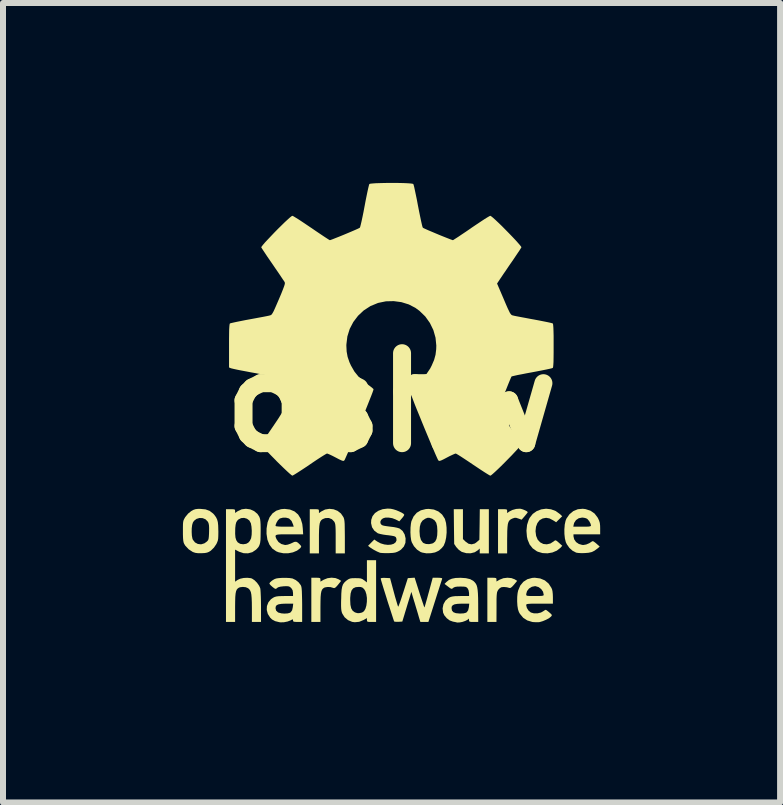
<source format=kicad_pcb>
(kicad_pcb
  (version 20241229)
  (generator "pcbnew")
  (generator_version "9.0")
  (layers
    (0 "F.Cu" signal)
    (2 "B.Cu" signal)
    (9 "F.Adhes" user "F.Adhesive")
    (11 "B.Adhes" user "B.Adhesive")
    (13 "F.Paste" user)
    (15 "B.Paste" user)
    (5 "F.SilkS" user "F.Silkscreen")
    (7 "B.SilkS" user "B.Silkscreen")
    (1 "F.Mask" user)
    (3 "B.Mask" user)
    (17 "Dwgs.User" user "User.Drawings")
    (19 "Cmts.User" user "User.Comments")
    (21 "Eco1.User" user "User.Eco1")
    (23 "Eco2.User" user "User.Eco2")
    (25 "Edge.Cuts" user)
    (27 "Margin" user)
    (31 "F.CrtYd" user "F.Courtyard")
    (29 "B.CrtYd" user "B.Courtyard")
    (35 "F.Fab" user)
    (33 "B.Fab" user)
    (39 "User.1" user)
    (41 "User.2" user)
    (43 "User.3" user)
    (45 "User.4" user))
  (footprint "oshw"
    (layer "F.Cu")
    (at 3.475 3.661)
    (property "Reference" "oshw" (at 0 0 0) (layer "F.SilkS") (effects (font (size 1.5 1.5) (thickness 0.3))))
    (attr board_only exclude_from_pos_files exclude_from_bom)
    (fp_poly (pts (xy 1.194 2.028) (xy 1.194 2.277) (xy 1.238 2.32) (xy 1.287 2.355) (xy 1.339 2.365) (xy 1.392 2.351) (xy 1.426 2.326) (xy 1.468 2.289) (xy 1.472 2.034) (xy 1.475 1.779) (xy 1.551 1.779) (xy 1.626 1.779) (xy 1.626 2.147) (xy 1.626 2.516) (xy 1.55 2.516) (xy 1.474 2.516) (xy 1.474 2.476) (xy 1.474 2.435) (xy 1.445 2.462) (xy 1.391 2.497) (xy 1.324 2.514) (xy 1.252 2.513) (xy 1.181 2.493) (xy 1.171 2.489) (xy 1.123 2.455) (xy 1.083 2.411) (xy 1.082 2.41) (xy 1.048 2.359) (xy 1.044 2.069) (xy 1.041 1.779) (xy 1.117 1.779) (xy 1.194 1.779)) (stroke (width 0) (type solid)) (fill yes) (layer "F.SilkS"))
    (fp_poly (pts (xy 2.002 2.928) (xy 2.056 2.948) (xy 2.098 2.974) (xy 2.045 3.038) (xy 2.011 3.075) (xy 1.987 3.092) (xy 1.971 3.093) (xy 1.927 3.081) (xy 1.876 3.076) (xy 1.836 3.08) (xy 1.808 3.096) (xy 1.781 3.125) (xy 1.779 3.129) (xy 1.77 3.146) (xy 1.763 3.165) (xy 1.759 3.191) (xy 1.756 3.227) (xy 1.754 3.279) (xy 1.754 3.348) (xy 1.754 3.415) (xy 1.753 3.659) (xy 1.677 3.659) (xy 1.601 3.659) (xy 1.601 3.291) (xy 1.601 2.922) (xy 1.677 2.922) (xy 1.72 2.923) (xy 1.742 2.927) (xy 1.752 2.936) (xy 1.753 2.953) (xy 1.753 2.953) (xy 1.753 2.985) (xy 1.807 2.954) (xy 1.868 2.93) (xy 1.936 2.922)) (stroke (width 0) (type solid)) (fill yes) (layer "F.SilkS"))
    (fp_poly (pts (xy -0.93 2.928) (xy -0.879 2.948) (xy -0.837 2.974) (xy -0.875 3.022) (xy -0.91 3.064) (xy -0.934 3.087) (xy -0.953 3.095) (xy -0.971 3.091) (xy -0.977 3.089) (xy -1.015 3.078) (xy -1.062 3.076) (xy -1.105 3.083) (xy -1.119 3.088) (xy -1.139 3.102) (xy -1.155 3.121) (xy -1.166 3.148) (xy -1.174 3.187) (xy -1.179 3.242) (xy -1.181 3.315) (xy -1.182 3.409) (xy -1.182 3.417) (xy -1.182 3.659) (xy -1.258 3.659) (xy -1.334 3.659) (xy -1.334 3.291) (xy -1.334 2.922) (xy -1.258 2.922) (xy -1.216 2.923) (xy -1.193 2.927) (xy -1.184 2.936) (xy -1.182 2.953) (xy -1.182 2.955) (xy -1.182 2.987) (xy -1.127 2.955) (xy -1.065 2.93) (xy -0.997 2.921)) (stroke (width 0) (type solid)) (fill yes) (layer "F.SilkS"))
    (fp_poly (pts (xy 2.159 1.773) (xy 2.194 1.783) (xy 2.23 1.798) (xy 2.26 1.814) (xy 2.274 1.827) (xy 2.274 1.829) (xy 2.267 1.842) (xy 2.247 1.867) (xy 2.224 1.895) (xy 2.173 1.954) (xy 2.119 1.935) (xy 2.082 1.923) (xy 2.055 1.923) (xy 2.024 1.933) (xy 2.017 1.936) (xy 1.99 1.949) (xy 1.969 1.967) (xy 1.954 1.991) (xy 1.943 2.026) (xy 1.937 2.075) (xy 1.933 2.141) (xy 1.932 2.228) (xy 1.931 2.28) (xy 1.931 2.516) (xy 1.855 2.516) (xy 1.779 2.516) (xy 1.779 2.147) (xy 1.779 1.779) (xy 1.855 1.779) (xy 1.897 1.78) (xy 1.92 1.783) (xy 1.93 1.792) (xy 1.931 1.81) (xy 1.931 1.812) (xy 1.931 1.844) (xy 1.966 1.819) (xy 2.019 1.792) (xy 2.081 1.775) (xy 2.141 1.771)) (stroke (width 0) (type solid)) (fill yes) (layer "F.SilkS"))
    (fp_poly (pts (xy 2.663 1.781) (xy 2.741 1.81) (xy 2.81 1.86) (xy 2.813 1.862) (xy 2.849 1.897) (xy 2.798 1.947) (xy 2.748 1.997) (xy 2.698 1.965) (xy 2.637 1.933) (xy 2.581 1.923) (xy 2.523 1.934) (xy 2.472 1.963) (xy 2.435 2.011) (xy 2.412 2.073) (xy 2.404 2.146) (xy 2.414 2.224) (xy 2.44 2.287) (xy 2.482 2.332) (xy 2.534 2.359) (xy 2.593 2.365) (xy 2.653 2.351) (xy 2.712 2.313) (xy 2.713 2.312) (xy 2.728 2.3) (xy 2.742 2.299) (xy 2.761 2.31) (xy 2.791 2.336) (xy 2.794 2.339) (xy 2.85 2.389) (xy 2.82 2.423) (xy 2.76 2.47) (xy 2.686 2.501) (xy 2.604 2.515) (xy 2.52 2.511) (xy 2.442 2.488) (xy 2.425 2.48) (xy 2.357 2.432) (xy 2.306 2.368) (xy 2.272 2.286) (xy 2.261 2.237) (xy 2.253 2.138) (xy 2.263 2.041) (xy 2.291 1.954) (xy 2.306 1.924) (xy 2.358 1.858) (xy 2.424 1.811) (xy 2.5 1.782) (xy 2.581 1.771)) (stroke (width 0) (type solid)) (fill yes) (layer "F.SilkS"))
    (fp_poly (pts (xy -0.962 1.781) (xy -0.896 1.807) (xy -0.84 1.851) (xy -0.8 1.91) (xy -0.799 1.911) (xy -0.791 1.931) (xy -0.785 1.954) (xy -0.781 1.985) (xy -0.778 2.025) (xy -0.777 2.081) (xy -0.776 2.154) (xy -0.775 2.239) (xy -0.775 2.516) (xy -0.851 2.516) (xy -0.928 2.516) (xy -0.928 2.271) (xy -0.928 2.185) (xy -0.929 2.12) (xy -0.931 2.073) (xy -0.934 2.039) (xy -0.939 2.016) (xy -0.946 1.998) (xy -0.952 1.987) (xy -0.99 1.947) (xy -1.041 1.926) (xy -1.097 1.927) (xy -1.113 1.932) (xy -1.143 1.944) (xy -1.165 1.959) (xy -1.182 1.982) (xy -1.194 2.015) (xy -1.201 2.061) (xy -1.205 2.124) (xy -1.207 2.208) (xy -1.207 2.271) (xy -1.207 2.516) (xy -1.283 2.516) (xy -1.36 2.516) (xy -1.36 2.147) (xy -1.36 1.779) (xy -1.283 1.779) (xy -1.241 1.78) (xy -1.218 1.783) (xy -1.209 1.792) (xy -1.207 1.81) (xy -1.207 1.812) (xy -1.207 1.844) (xy -1.171 1.819) (xy -1.105 1.785) (xy -1.033 1.773)) (stroke (width 0) (type solid)) (fill yes) (layer "F.SilkS"))
    (fp_poly (pts (xy 0.709 1.785) (xy 0.785 1.817) (xy 0.846 1.868) (xy 0.89 1.935) (xy 0.894 1.944) (xy 0.912 2.009) (xy 0.921 2.087) (xy 0.922 2.17) (xy 0.914 2.252) (xy 0.898 2.326) (xy 0.875 2.383) (xy 0.87 2.392) (xy 0.839 2.429) (xy 0.799 2.465) (xy 0.785 2.474) (xy 0.729 2.5) (xy 0.659 2.513) (xy 0.585 2.515) (xy 0.517 2.503) (xy 0.488 2.493) (xy 0.428 2.453) (xy 0.377 2.396) (xy 0.341 2.331) (xy 0.331 2.298) (xy 0.322 2.234) (xy 0.318 2.16) (xy 0.319 2.145) (xy 0.47 2.145) (xy 0.476 2.229) (xy 0.494 2.292) (xy 0.525 2.335) (xy 0.535 2.343) (xy 0.577 2.359) (xy 0.629 2.362) (xy 0.68 2.352) (xy 0.698 2.345) (xy 0.731 2.318) (xy 0.753 2.275) (xy 0.765 2.214) (xy 0.768 2.14) (xy 0.763 2.063) (xy 0.749 2.006) (xy 0.722 1.966) (xy 0.683 1.939) (xy 0.665 1.932) (xy 0.63 1.922) (xy 0.603 1.923) (xy 0.57 1.936) (xy 0.564 1.939) (xy 0.52 1.969) (xy 0.491 2.012) (xy 0.475 2.071) (xy 0.47 2.145) (xy 0.319 2.145) (xy 0.32 2.084) (xy 0.327 2.017) (xy 0.335 1.979) (xy 0.371 1.9) (xy 0.423 1.839) (xy 0.492 1.798) (xy 0.575 1.777) (xy 0.622 1.774)) (stroke (width 0) (type solid)) (fill yes) (layer "F.SilkS"))
    (fp_poly (pts (xy -1.69 1.785) (xy -1.615 1.816) (xy -1.555 1.867) (xy -1.512 1.937) (xy -1.485 2.025) (xy -1.477 2.093) (xy -1.47 2.198) (xy -1.701 2.198) (xy -1.786 2.198) (xy -1.848 2.199) (xy -1.891 2.202) (xy -1.917 2.208) (xy -1.929 2.218) (xy -1.931 2.234) (xy -1.924 2.256) (xy -1.913 2.281) (xy -1.881 2.327) (xy -1.833 2.36) (xy -1.777 2.375) (xy -1.765 2.376) (xy -1.726 2.37) (xy -1.681 2.354) (xy -1.659 2.344) (xy -1.618 2.325) (xy -1.587 2.322) (xy -1.558 2.337) (xy -1.526 2.368) (xy -1.506 2.391) (xy -1.503 2.406) (xy -1.515 2.423) (xy -1.519 2.429) (xy -1.572 2.47) (xy -1.641 2.499) (xy -1.719 2.514) (xy -1.8 2.514) (xy -1.878 2.498) (xy -1.918 2.482) (xy -1.984 2.436) (xy -2.033 2.37) (xy -2.066 2.288) (xy -2.081 2.19) (xy -2.08 2.101) (xy -2.073 2.058) (xy -1.931 2.058) (xy -1.919 2.064) (xy -1.883 2.068) (xy -1.826 2.071) (xy -1.78 2.071) (xy -1.628 2.071) (xy -1.638 2.035) (xy -1.664 1.975) (xy -1.701 1.938) (xy -1.712 1.932) (xy -1.758 1.92) (xy -1.81 1.921) (xy -1.855 1.933) (xy -1.866 1.939) (xy -1.891 1.965) (xy -1.914 2.003) (xy -1.929 2.041) (xy -1.931 2.058) (xy -2.073 2.058) (xy -2.063 1.998) (xy -2.03 1.914) (xy -1.981 1.849) (xy -1.918 1.804) (xy -1.839 1.779) (xy -1.779 1.774)) (stroke (width 0) (type solid)) (fill yes) (layer "F.SilkS"))
    (fp_poly (pts (xy 3.239 1.778) (xy 3.322 1.805) (xy 3.389 1.852) (xy 3.44 1.919) (xy 3.446 1.93) (xy 3.465 1.971) (xy 3.476 2.008) (xy 3.481 2.053) (xy 3.482 2.098) (xy 3.482 2.198) (xy 3.259 2.198) (xy 3.037 2.198) (xy 3.037 2.231) (xy 3.049 2.282) (xy 3.08 2.327) (xy 3.127 2.359) (xy 3.183 2.375) (xy 3.201 2.376) (xy 3.249 2.368) (xy 3.301 2.346) (xy 3.342 2.319) (xy 3.356 2.312) (xy 3.373 2.317) (xy 3.4 2.337) (xy 3.418 2.352) (xy 3.475 2.403) (xy 3.437 2.435) (xy 3.388 2.471) (xy 3.341 2.494) (xy 3.287 2.506) (xy 3.221 2.511) (xy 3.167 2.512) (xy 3.118 2.509) (xy 3.084 2.504) (xy 3.081 2.503) (xy 3.023 2.473) (xy 2.969 2.425) (xy 2.926 2.364) (xy 2.909 2.328) (xy 2.894 2.267) (xy 2.886 2.193) (xy 2.885 2.114) (xy 2.889 2.071) (xy 3.034 2.071) (xy 3.181 2.071) (xy 3.246 2.071) (xy 3.289 2.069) (xy 3.314 2.065) (xy 3.326 2.059) (xy 3.329 2.051) (xy 3.32 2.017) (xy 3.299 1.978) (xy 3.271 1.945) (xy 3.263 1.938) (xy 3.232 1.926) (xy 3.191 1.919) (xy 3.18 1.919) (xy 3.125 1.93) (xy 3.079 1.961) (xy 3.049 2.006) (xy 3.042 2.03) (xy 3.034 2.071) (xy 2.889 2.071) (xy 2.891 2.038) (xy 2.905 1.973) (xy 2.919 1.937) (xy 2.97 1.864) (xy 3.034 1.811) (xy 3.109 1.78) (xy 3.191 1.772)) (stroke (width 0) (type solid)) (fill yes) (layer "F.SilkS"))
    (fp_poly (pts (xy -0.254 3.145) (xy -0.254 3.659) (xy -0.33 3.659) (xy -0.373 3.659) (xy -0.395 3.655) (xy -0.405 3.646) (xy -0.407 3.629) (xy -0.407 3.627) (xy -0.407 3.595) (xy -0.461 3.626) (xy -0.536 3.657) (xy -0.61 3.664) (xy -0.654 3.658) (xy -0.722 3.629) (xy -0.779 3.581) (xy -0.816 3.523) (xy -0.826 3.498) (xy -0.832 3.472) (xy -0.836 3.439) (xy -0.838 3.395) (xy -0.838 3.335) (xy -0.837 3.294) (xy -0.686 3.294) (xy -0.682 3.373) (xy -0.669 3.432) (xy -0.645 3.472) (xy -0.61 3.498) (xy -0.597 3.503) (xy -0.566 3.512) (xy -0.54 3.513) (xy -0.508 3.507) (xy -0.486 3.501) (xy -0.456 3.48) (xy -0.432 3.44) (xy -0.416 3.386) (xy -0.408 3.324) (xy -0.407 3.259) (xy -0.416 3.198) (xy -0.433 3.145) (xy -0.453 3.113) (xy -0.479 3.088) (xy -0.508 3.077) (xy -0.542 3.075) (xy -0.596 3.08) (xy -0.636 3.099) (xy -0.663 3.133) (xy -0.679 3.185) (xy -0.686 3.258) (xy -0.686 3.294) (xy -0.837 3.294) (xy -0.836 3.274) (xy -0.834 3.188) (xy -0.829 3.122) (xy -0.82 3.073) (xy -0.807 3.036) (xy -0.788 3.007) (xy -0.762 2.981) (xy -0.741 2.964) (xy -0.714 2.946) (xy -0.688 2.935) (xy -0.654 2.93) (xy -0.605 2.929) (xy -0.597 2.929) (xy -0.545 2.93) (xy -0.51 2.934) (xy -0.483 2.944) (xy -0.457 2.962) (xy -0.453 2.964) (xy -0.407 3) (xy -0.407 2.815) (xy -0.407 2.63) (xy -0.33 2.63) (xy -0.254 2.63)) (stroke (width 0) (type solid)) (fill yes) (layer "F.SilkS"))
    (fp_poly (pts (xy 0.468 3.17) (xy 0.492 3.244) (xy 0.514 3.31) (xy 0.532 3.363) (xy 0.544 3.4) (xy 0.551 3.417) (xy 0.551 3.418) (xy 0.556 3.406) (xy 0.566 3.374) (xy 0.58 3.324) (xy 0.598 3.261) (xy 0.618 3.187) (xy 0.623 3.17) (xy 0.69 2.922) (xy 0.772 2.922) (xy 0.818 2.924) (xy 0.843 2.929) (xy 0.848 2.937) (xy 0.848 2.938) (xy 0.843 2.954) (xy 0.831 2.991) (xy 0.813 3.046) (xy 0.791 3.115) (xy 0.765 3.196) (xy 0.737 3.285) (xy 0.73 3.307) (xy 0.618 3.659) (xy 0.551 3.659) (xy 0.484 3.659) (xy 0.458 3.574) (xy 0.445 3.528) (xy 0.426 3.465) (xy 0.405 3.395) (xy 0.384 3.324) (xy 0.383 3.323) (xy 0.334 3.158) (xy 0.295 3.285) (xy 0.273 3.356) (xy 0.249 3.436) (xy 0.226 3.511) (xy 0.22 3.532) (xy 0.183 3.653) (xy 0.118 3.657) (xy 0.08 3.657) (xy 0.054 3.654) (xy 0.047 3.651) (xy 0.041 3.635) (xy 0.029 3.599) (xy 0.012 3.546) (xy -0.009 3.481) (xy -0.033 3.406) (xy -0.059 3.327) (xy -0.084 3.245) (xy -0.109 3.166) (xy -0.132 3.093) (xy -0.151 3.03) (xy -0.166 2.98) (xy -0.175 2.948) (xy -0.178 2.936) (xy -0.168 2.928) (xy -0.136 2.924) (xy -0.1 2.925) (xy -0.021 2.929) (xy 0.043 3.167) (xy 0.063 3.241) (xy 0.082 3.305) (xy 0.097 3.356) (xy 0.108 3.391) (xy 0.115 3.405) (xy 0.115 3.405) (xy 0.121 3.394) (xy 0.133 3.362) (xy 0.151 3.313) (xy 0.172 3.25) (xy 0.195 3.178) (xy 0.199 3.167) (xy 0.275 2.929) (xy 0.332 2.925) (xy 0.389 2.921)) (stroke (width 0) (type solid)) (fill yes) (layer "F.SilkS"))
    (fp_poly (pts (xy -3.099 1.782) (xy -3.03 1.807) (xy -2.971 1.852) (xy -2.949 1.877) (xy -2.923 1.913) (xy -2.905 1.95) (xy -2.893 1.994) (xy -2.887 2.052) (xy -2.885 2.127) (xy -2.884 2.155) (xy -2.885 2.219) (xy -2.887 2.265) (xy -2.892 2.298) (xy -2.902 2.327) (xy -2.916 2.358) (xy -2.919 2.363) (xy -2.958 2.42) (xy -3.005 2.466) (xy -3.009 2.47) (xy -3.042 2.491) (xy -3.072 2.503) (xy -3.109 2.51) (xy -3.162 2.513) (xy -3.162 2.513) (xy -3.223 2.513) (xy -3.268 2.507) (xy -3.307 2.494) (xy -3.31 2.493) (xy -3.379 2.448) (xy -3.436 2.387) (xy -3.454 2.357) (xy -3.463 2.335) (xy -3.469 2.305) (xy -3.473 2.262) (xy -3.475 2.201) (xy -3.475 2.159) (xy -3.329 2.159) (xy -3.326 2.219) (xy -3.317 2.267) (xy -3.31 2.287) (xy -3.274 2.333) (xy -3.226 2.359) (xy -3.172 2.365) (xy -3.118 2.349) (xy -3.085 2.326) (xy -3.066 2.309) (xy -3.054 2.293) (xy -3.047 2.271) (xy -3.043 2.24) (xy -3.04 2.192) (xy -3.039 2.158) (xy -3.038 2.096) (xy -3.04 2.053) (xy -3.045 2.023) (xy -3.053 2) (xy -3.061 1.986) (xy -3.098 1.948) (xy -3.146 1.928) (xy -3.199 1.926) (xy -3.249 1.941) (xy -3.29 1.973) (xy -3.309 2.002) (xy -3.321 2.042) (xy -3.328 2.097) (xy -3.329 2.159) (xy -3.475 2.159) (xy -3.475 2.146) (xy -3.475 2.077) (xy -3.474 2.027) (xy -3.471 1.992) (xy -3.465 1.966) (xy -3.455 1.944) (xy -3.441 1.919) (xy -3.437 1.912) (xy -3.389 1.853) (xy -3.337 1.811) (xy -3.299 1.79) (xy -3.266 1.779) (xy -3.225 1.774) (xy -3.185 1.774)) (stroke (width 0) (type solid)) (fill yes) (layer "F.SilkS"))
    (fp_poly (pts (xy -0.009 1.772) (xy 0.033 1.781) (xy 0.081 1.796) (xy 0.129 1.816) (xy 0.171 1.836) (xy 0.202 1.855) (xy 0.215 1.871) (xy 0.216 1.872) (xy 0.208 1.89) (xy 0.188 1.918) (xy 0.174 1.934) (xy 0.133 1.982) (xy 0.071 1.95) (xy 0.015 1.929) (xy -0.046 1.919) (xy -0.102 1.92) (xy -0.14 1.932) (xy -0.171 1.958) (xy -0.184 1.991) (xy -0.179 2.019) (xy -0.168 2.035) (xy -0.151 2.047) (xy -0.124 2.055) (xy -0.082 2.062) (xy -0.021 2.07) (xy -0.012 2.071) (xy 0.044 2.078) (xy 0.094 2.088) (xy 0.131 2.099) (xy 0.138 2.102) (xy 0.188 2.142) (xy 0.222 2.2) (xy 0.238 2.266) (xy 0.235 2.34) (xy 0.209 2.402) (xy 0.161 2.454) (xy 0.131 2.474) (xy 0.097 2.491) (xy 0.065 2.502) (xy 0.026 2.508) (xy -0.029 2.511) (xy -0.044 2.512) (xy -0.099 2.512) (xy -0.148 2.51) (xy -0.183 2.507) (xy -0.191 2.505) (xy -0.238 2.485) (xy -0.293 2.456) (xy -0.341 2.426) (xy -0.356 2.415) (xy -0.388 2.39) (xy -0.336 2.337) (xy -0.284 2.285) (xy -0.236 2.318) (xy -0.178 2.349) (xy -0.117 2.367) (xy -0.058 2.374) (xy -0.004 2.37) (xy 0.04 2.356) (xy 0.072 2.331) (xy 0.087 2.298) (xy 0.083 2.263) (xy 0.076 2.248) (xy 0.063 2.236) (xy 0.04 2.228) (xy 0.003 2.221) (xy -0.054 2.213) (xy -0.078 2.211) (xy -0.134 2.203) (xy -0.183 2.193) (xy -0.219 2.183) (xy -0.227 2.18) (xy -0.284 2.137) (xy -0.322 2.08) (xy -0.338 2.011) (xy -0.335 1.957) (xy -0.314 1.896) (xy -0.273 1.844) (xy -0.215 1.805) (xy -0.144 1.779) (xy -0.063 1.769)) (stroke (width 0) (type solid)) (fill yes) (layer "F.SilkS"))
    (fp_poly (pts (xy 2.482 2.934) (xy 2.559 2.966) (xy 2.622 3.019) (xy 2.669 3.091) (xy 2.68 3.117) (xy 2.687 3.147) (xy 2.692 3.193) (xy 2.694 3.246) (xy 2.694 3.254) (xy 2.694 3.354) (xy 2.471 3.354) (xy 2.391 3.355) (xy 2.333 3.355) (xy 2.294 3.357) (xy 2.269 3.36) (xy 2.256 3.364) (xy 2.25 3.371) (xy 2.249 3.38) (xy 2.249 3.381) (xy 2.26 3.426) (xy 2.288 3.47) (xy 2.327 3.502) (xy 2.328 3.502) (xy 2.378 3.516) (xy 2.437 3.516) (xy 2.495 3.502) (xy 2.529 3.483) (xy 2.556 3.465) (xy 2.574 3.457) (xy 2.576 3.457) (xy 2.59 3.465) (xy 2.616 3.485) (xy 2.635 3.501) (xy 2.664 3.527) (xy 2.676 3.543) (xy 2.673 3.557) (xy 2.662 3.57) (xy 2.629 3.597) (xy 2.58 3.623) (xy 2.525 3.646) (xy 2.474 3.661) (xy 2.459 3.663) (xy 2.413 3.664) (xy 2.361 3.661) (xy 2.349 3.659) (xy 2.267 3.634) (xy 2.199 3.59) (xy 2.144 3.524) (xy 2.127 3.494) (xy 2.112 3.449) (xy 2.102 3.387) (xy 2.098 3.316) (xy 2.099 3.242) (xy 2.103 3.199) (xy 2.249 3.199) (xy 2.25 3.211) (xy 2.256 3.219) (xy 2.271 3.224) (xy 2.3 3.226) (xy 2.346 3.227) (xy 2.395 3.227) (xy 2.459 3.227) (xy 2.502 3.225) (xy 2.527 3.221) (xy 2.539 3.215) (xy 2.541 3.208) (xy 2.53 3.156) (xy 2.499 3.111) (xy 2.455 3.078) (xy 2.405 3.063) (xy 2.397 3.062) (xy 2.343 3.073) (xy 2.296 3.102) (xy 2.263 3.144) (xy 2.249 3.193) (xy 2.249 3.199) (xy 2.103 3.199) (xy 2.106 3.175) (xy 2.115 3.134) (xy 2.15 3.052) (xy 2.201 2.99) (xy 2.268 2.947) (xy 2.348 2.925) (xy 2.392 2.922)) (stroke (width 0) (type solid)) (fill yes) (layer "F.SilkS"))
    (fp_poly (pts (xy -1.698 2.927) (xy -1.657 2.933) (xy -1.649 2.934) (xy -1.593 2.961) (xy -1.544 3.001) (xy -1.509 3.048) (xy -1.5 3.073) (xy -1.496 3.099) (xy -1.492 3.147) (xy -1.49 3.21) (xy -1.488 3.286) (xy -1.487 3.368) (xy -1.487 3.389) (xy -1.487 3.659) (xy -1.563 3.659) (xy -1.606 3.658) (xy -1.629 3.654) (xy -1.638 3.645) (xy -1.639 3.634) (xy -1.64 3.619) (xy -1.649 3.617) (xy -1.67 3.627) (xy -1.68 3.633) (xy -1.729 3.652) (xy -1.79 3.664) (xy -1.849 3.666) (xy -1.868 3.663) (xy -1.937 3.646) (xy -1.989 3.618) (xy -2.019 3.589) (xy -2.059 3.527) (xy -2.077 3.46) (xy -2.076 3.431) (xy -1.931 3.431) (xy -1.92 3.472) (xy -1.888 3.501) (xy -1.834 3.516) (xy -1.785 3.52) (xy -1.73 3.517) (xy -1.693 3.507) (xy -1.677 3.497) (xy -1.654 3.464) (xy -1.643 3.414) (xy -1.636 3.354) (xy -1.755 3.354) (xy -1.828 3.357) (xy -1.879 3.365) (xy -1.911 3.379) (xy -1.927 3.402) (xy -1.931 3.431) (xy -2.076 3.431) (xy -2.074 3.394) (xy -2.05 3.332) (xy -2.007 3.28) (xy -1.972 3.256) (xy -1.946 3.243) (xy -1.918 3.235) (xy -1.882 3.23) (xy -1.833 3.228) (xy -1.78 3.227) (xy -1.639 3.227) (xy -1.639 3.176) (xy -1.646 3.131) (xy -1.668 3.095) (xy -1.672 3.092) (xy -1.691 3.075) (xy -1.712 3.066) (xy -1.741 3.063) (xy -1.787 3.064) (xy -1.791 3.064) (xy -1.851 3.071) (xy -1.889 3.082) (xy -1.904 3.093) (xy -1.921 3.106) (xy -1.935 3.107) (xy -1.955 3.096) (xy -1.982 3.075) (xy -2.011 3.049) (xy -2.03 3.026) (xy -2.033 3.017) (xy -2.023 3) (xy -1.998 2.977) (xy -1.98 2.964) (xy -1.95 2.946) (xy -1.921 2.935) (xy -1.884 2.929) (xy -1.831 2.925) (xy -1.813 2.924) (xy -1.753 2.924)) (stroke (width 0) (type solid)) (fill yes) (layer "F.SilkS"))
    (fp_poly (pts (xy 1.153 2.923) (xy 1.244 2.929) (xy 1.315 2.946) (xy 1.368 2.976) (xy 1.389 2.996) (xy 1.408 3.02) (xy 1.422 3.047) (xy 1.432 3.081) (xy 1.439 3.126) (xy 1.444 3.184) (xy 1.447 3.261) (xy 1.448 3.358) (xy 1.448 3.389) (xy 1.449 3.659) (xy 1.372 3.659) (xy 1.33 3.659) (xy 1.307 3.655) (xy 1.298 3.646) (xy 1.295 3.628) (xy 1.295 3.624) (xy 1.292 3.605) (xy 1.288 3.605) (xy 1.288 3.606) (xy 1.269 3.624) (xy 1.233 3.642) (xy 1.188 3.658) (xy 1.141 3.667) (xy 1.102 3.669) (xy 1.086 3.666) (xy 1.066 3.661) (xy 1.033 3.655) (xy 1.025 3.653) (xy 0.973 3.634) (xy 0.923 3.596) (xy 0.883 3.548) (xy 0.863 3.504) (xy 0.855 3.432) (xy 0.856 3.428) (xy 1.004 3.428) (xy 1.011 3.469) (xy 1.035 3.497) (xy 1.077 3.513) (xy 1.14 3.519) (xy 1.152 3.519) (xy 1.206 3.516) (xy 1.243 3.506) (xy 1.258 3.497) (xy 1.281 3.464) (xy 1.293 3.414) (xy 1.299 3.354) (xy 1.18 3.354) (xy 1.107 3.357) (xy 1.056 3.365) (xy 1.024 3.38) (xy 1.007 3.403) (xy 1.004 3.428) (xy 0.856 3.428) (xy 0.869 3.364) (xy 0.902 3.305) (xy 0.952 3.26) (xy 0.965 3.253) (xy 0.993 3.241) (xy 1.024 3.234) (xy 1.066 3.229) (xy 1.124 3.228) (xy 1.156 3.227) (xy 1.296 3.227) (xy 1.296 3.178) (xy 1.288 3.131) (xy 1.272 3.099) (xy 1.256 3.083) (xy 1.237 3.074) (xy 1.207 3.07) (xy 1.159 3.069) (xy 1.152 3.069) (xy 1.098 3.07) (xy 1.062 3.076) (xy 1.039 3.086) (xy 1.031 3.092) (xy 1.016 3.104) (xy 1.002 3.107) (xy 0.982 3.097) (xy 0.951 3.074) (xy 0.946 3.07) (xy 0.887 3.025) (xy 0.92 2.992) (xy 0.961 2.959) (xy 1.01 2.938) (xy 1.071 2.926) (xy 1.152 2.923)) (stroke (width 0) (type solid)) (fill yes) (layer "F.SilkS"))
    (fp_poly (pts (xy -2.353 1.782) (xy -2.288 1.811) (xy -2.233 1.857) (xy -2.203 1.902) (xy -2.194 1.925) (xy -2.187 1.951) (xy -2.183 1.986) (xy -2.18 2.034) (xy -2.179 2.1) (xy -2.179 2.147) (xy -2.18 2.232) (xy -2.182 2.295) (xy -2.188 2.342) (xy -2.199 2.378) (xy -2.214 2.408) (xy -2.237 2.435) (xy -2.257 2.455) (xy -2.318 2.496) (xy -2.389 2.515) (xy -2.463 2.513) (xy -2.538 2.488) (xy -2.546 2.484) (xy -2.605 2.453) (xy -2.605 2.72) (xy -2.605 2.988) (xy -2.564 2.959) (xy -2.521 2.939) (xy -2.463 2.926) (xy -2.401 2.923) (xy -2.346 2.929) (xy -2.325 2.935) (xy -2.282 2.963) (xy -2.239 3.006) (xy -2.204 3.056) (xy -2.186 3.096) (xy -2.182 3.124) (xy -2.179 3.172) (xy -2.176 3.237) (xy -2.174 3.312) (xy -2.173 3.394) (xy -2.173 3.402) (xy -2.173 3.659) (xy -2.249 3.659) (xy -2.325 3.659) (xy -2.325 3.43) (xy -2.326 3.334) (xy -2.329 3.26) (xy -2.334 3.204) (xy -2.342 3.163) (xy -2.355 3.133) (xy -2.372 3.111) (xy -2.39 3.096) (xy -2.428 3.08) (xy -2.477 3.075) (xy -2.524 3.081) (xy -2.542 3.088) (xy -2.562 3.102) (xy -2.578 3.121) (xy -2.589 3.148) (xy -2.597 3.187) (xy -2.602 3.242) (xy -2.604 3.315) (xy -2.605 3.409) (xy -2.605 3.417) (xy -2.605 3.659) (xy -2.681 3.659) (xy -2.757 3.659) (xy -2.757 2.719) (xy -2.757 2.191) (xy -2.604 2.191) (xy -2.599 2.251) (xy -2.586 2.295) (xy -2.565 2.327) (xy -2.56 2.333) (xy -2.52 2.357) (xy -2.47 2.364) (xy -2.419 2.356) (xy -2.385 2.337) (xy -2.359 2.307) (xy -2.34 2.268) (xy -2.338 2.264) (xy -2.329 2.207) (xy -2.327 2.138) (xy -2.332 2.069) (xy -2.342 2.014) (xy -2.367 1.968) (xy -2.407 1.938) (xy -2.455 1.924) (xy -2.505 1.928) (xy -2.55 1.951) (xy -2.572 1.974) (xy -2.587 2.001) (xy -2.596 2.037) (xy -2.602 2.089) (xy -2.603 2.11) (xy -2.604 2.191) (xy -2.757 2.191) (xy -2.757 1.779) (xy -2.681 1.779) (xy -2.639 1.78) (xy -2.616 1.783) (xy -2.607 1.792) (xy -2.605 1.809) (xy -2.605 1.81) (xy -2.605 1.842) (xy -2.561 1.812) (xy -2.495 1.781) (xy -2.424 1.772)) (stroke (width 0) (type solid)) (fill yes) (layer "F.SilkS"))
    (fp_poly (pts (xy 0.059 -3.661) (xy 0.14 -3.66) (xy 0.215 -3.658) (xy 0.279 -3.655) (xy 0.329 -3.651) (xy 0.359 -3.646) (xy 0.366 -3.643) (xy 0.372 -3.627) (xy 0.382 -3.589) (xy 0.394 -3.532) (xy 0.409 -3.461) (xy 0.426 -3.379) (xy 0.443 -3.288) (xy 0.445 -3.278) (xy 0.463 -3.186) (xy 0.48 -3.103) (xy 0.495 -3.031) (xy 0.508 -2.973) (xy 0.518 -2.933) (xy 0.525 -2.915) (xy 0.525 -2.915) (xy 0.54 -2.906) (xy 0.575 -2.89) (xy 0.624 -2.868) (xy 0.684 -2.843) (xy 0.75 -2.815) (xy 0.817 -2.787) (xy 0.882 -2.761) (xy 0.94 -2.738) (xy 0.986 -2.72) (xy 1.017 -2.709) (xy 1.027 -2.706) (xy 1.039 -2.713) (xy 1.07 -2.733) (xy 1.117 -2.763) (xy 1.176 -2.803) (xy 1.245 -2.849) (xy 1.321 -2.901) (xy 1.333 -2.91) (xy 1.41 -2.962) (xy 1.482 -3.01) (xy 1.544 -3.051) (xy 1.595 -3.083) (xy 1.631 -3.104) (xy 1.649 -3.113) (xy 1.65 -3.113) (xy 1.666 -3.104) (xy 1.696 -3.08) (xy 1.737 -3.043) (xy 1.787 -2.996) (xy 1.843 -2.942) (xy 1.901 -2.883) (xy 1.96 -2.823) (xy 2.017 -2.764) (xy 2.069 -2.709) (xy 2.112 -2.661) (xy 2.145 -2.623) (xy 2.165 -2.597) (xy 2.169 -2.587) (xy 2.159 -2.571) (xy 2.138 -2.537) (xy 2.106 -2.49) (xy 2.067 -2.432) (xy 2.023 -2.366) (xy 2.01 -2.348) (xy 1.961 -2.277) (xy 1.914 -2.207) (xy 1.871 -2.145) (xy 1.837 -2.094) (xy 1.813 -2.059) (xy 1.811 -2.056) (xy 1.763 -1.983) (xy 1.875 -1.722) (xy 1.911 -1.637) (xy 1.939 -1.573) (xy 1.961 -1.527) (xy 1.977 -1.494) (xy 1.991 -1.474) (xy 2.003 -1.461) (xy 2.016 -1.454) (xy 2.031 -1.45) (xy 2.032 -1.45) (xy 2.057 -1.444) (xy 2.103 -1.435) (xy 2.166 -1.423) (xy 2.242 -1.409) (xy 2.325 -1.393) (xy 2.376 -1.384) (xy 2.461 -1.368) (xy 2.537 -1.353) (xy 2.602 -1.34) (xy 2.652 -1.329) (xy 2.683 -1.321) (xy 2.691 -1.318) (xy 2.696 -1.308) (xy 2.699 -1.284) (xy 2.702 -1.245) (xy 2.704 -1.188) (xy 2.706 -1.112) (xy 2.706 -1.013) (xy 2.706 -0.947) (xy 2.706 -0.835) (xy 2.705 -0.746) (xy 2.704 -0.678) (xy 2.701 -0.629) (xy 2.698 -0.597) (xy 2.694 -0.58) (xy 2.691 -0.576) (xy 2.674 -0.57) (xy 2.636 -0.561) (xy 2.58 -0.549) (xy 2.51 -0.535) (xy 2.428 -0.519) (xy 2.344 -0.503) (xy 2.256 -0.487) (xy 2.176 -0.471) (xy 2.107 -0.458) (xy 2.054 -0.446) (xy 2.019 -0.438) (xy 2.005 -0.434) (xy 1.997 -0.419) (xy 1.982 -0.384) (xy 1.961 -0.334) (xy 1.936 -0.272) (xy 1.909 -0.204) (xy 1.881 -0.133) (xy 1.854 -0.064) (xy 1.83 -0.001) (xy 1.811 0.052) (xy 1.797 0.091) (xy 1.792 0.111) (xy 1.792 0.112) (xy 1.799 0.129) (xy 1.818 0.163) (xy 1.848 0.212) (xy 1.887 0.273) (xy 1.933 0.342) (xy 1.977 0.406) (xy 2.027 0.48) (xy 2.073 0.547) (xy 2.112 0.606) (xy 2.142 0.652) (xy 2.162 0.683) (xy 2.169 0.694) (xy 2.162 0.708) (xy 2.14 0.736) (xy 2.105 0.777) (xy 2.059 0.826) (xy 2.007 0.882) (xy 1.949 0.941) (xy 1.89 1.001) (xy 1.832 1.059) (xy 1.777 1.112) (xy 1.729 1.157) (xy 1.69 1.192) (xy 1.663 1.214) (xy 1.651 1.22) (xy 1.635 1.213) (xy 1.602 1.193) (xy 1.554 1.163) (xy 1.494 1.124) (xy 1.425 1.078) (xy 1.362 1.036) (xy 1.288 0.986) (xy 1.22 0.941) (xy 1.162 0.903) (xy 1.116 0.874) (xy 1.085 0.856) (xy 1.073 0.851) (xy 1.054 0.857) (xy 1.018 0.873) (xy 0.971 0.895) (xy 0.927 0.918) (xy 0.872 0.947) (xy 0.834 0.965) (xy 0.81 0.973) (xy 0.795 0.973) (xy 0.784 0.966) (xy 0.784 0.966) (xy 0.775 0.95) (xy 0.758 0.913) (xy 0.734 0.859) (xy 0.704 0.789) (xy 0.669 0.708) (xy 0.631 0.617) (xy 0.59 0.519) (xy 0.548 0.418) (xy 0.506 0.315) (xy 0.465 0.214) (xy 0.425 0.117) (xy 0.389 0.027) (xy 0.358 -0.054) (xy 0.332 -0.121) (xy 0.312 -0.174) (xy 0.3 -0.208) (xy 0.297 -0.222) (xy 0.309 -0.236) (xy 0.338 -0.26) (xy 0.378 -0.29) (xy 0.404 -0.308) (xy 0.504 -0.388) (xy 0.584 -0.472) (xy 0.648 -0.567) (xy 0.673 -0.616) (xy 0.713 -0.709) (xy 0.737 -0.796) (xy 0.748 -0.887) (xy 0.75 -0.949) (xy 0.737 -1.08) (xy 0.701 -1.207) (xy 0.643 -1.326) (xy 0.566 -1.434) (xy 0.469 -1.528) (xy 0.401 -1.578) (xy 0.291 -1.635) (xy 0.168 -1.673) (xy 0.04 -1.69) (xy -0.09 -1.687) (xy -0.216 -1.661) (xy -0.226 -1.658) (xy -0.349 -1.607) (xy -0.46 -1.535) (xy -0.555 -1.446) (xy -0.634 -1.342) (xy -0.694 -1.227) (xy -0.733 -1.102) (xy -0.749 -0.971) (xy -0.75 -0.949) (xy -0.745 -0.849) (xy -0.729 -0.761) (xy -0.699 -0.673) (xy -0.673 -0.616) (xy -0.615 -0.515) (xy -0.543 -0.426) (xy -0.453 -0.345) (xy -0.404 -0.308) (xy -0.36 -0.276) (xy -0.324 -0.248) (xy -0.302 -0.228) (xy -0.297 -0.222) (xy -0.3 -0.207) (xy -0.312 -0.172) (xy -0.332 -0.119) (xy -0.359 -0.051) (xy -0.391 0.03) (xy -0.427 0.12) (xy -0.466 0.217) (xy -0.507 0.319) (xy -0.55 0.422) (xy -0.592 0.523) (xy -0.632 0.621) (xy -0.67 0.711) (xy -0.705 0.792) (xy -0.735 0.861) (xy -0.759 0.915) (xy -0.775 0.951) (xy -0.784 0.966) (xy -0.794 0.973) (xy -0.809 0.973) (xy -0.833 0.965) (xy -0.87 0.948) (xy -0.925 0.919) (xy -0.927 0.918) (xy -0.979 0.891) (xy -1.025 0.869) (xy -1.058 0.855) (xy -1.073 0.851) (xy -1.088 0.858) (xy -1.122 0.878) (xy -1.17 0.908) (xy -1.23 0.947) (xy -1.299 0.993) (xy -1.362 1.036) (xy -1.436 1.086) (xy -1.503 1.13) (xy -1.562 1.168) (xy -1.608 1.197) (xy -1.639 1.215) (xy -1.651 1.22) (xy -1.665 1.211) (xy -1.694 1.187) (xy -1.737 1.148) (xy -1.789 1.099) (xy -1.849 1.041) (xy -1.915 0.976) (xy -1.924 0.966) (xy -2.01 0.879) (xy -2.077 0.809) (xy -2.126 0.755) (xy -2.157 0.717) (xy -2.169 0.697) (xy -2.169 0.694) (xy -2.16 0.679) (xy -2.139 0.646) (xy -2.107 0.598) (xy -2.067 0.538) (xy -2.02 0.469) (xy -1.977 0.406) (xy -1.927 0.332) (xy -1.881 0.263) (xy -1.844 0.204) (xy -1.815 0.157) (xy -1.797 0.125) (xy -1.792 0.112) (xy -1.796 0.095) (xy -1.809 0.058) (xy -1.827 0.007) (xy -1.851 -0.055) (xy -1.877 -0.124) (xy -1.905 -0.195) (xy -1.932 -0.264) (xy -1.957 -0.326) (xy -1.979 -0.378) (xy -1.995 -0.415) (xy -2.005 -0.434) (xy -2.005 -0.434) (xy -2.02 -0.439) (xy -2.056 -0.447) (xy -2.11 -0.459) (xy -2.178 -0.472) (xy -2.258 -0.488) (xy -2.332 -0.501) (xy -2.42 -0.518) (xy -2.501 -0.533) (xy -2.571 -0.547) (xy -2.626 -0.559) (xy -2.664 -0.568) (xy -2.678 -0.572) (xy -2.706 -0.584) (xy -2.706 -0.945) (xy -2.706 -1.057) (xy -2.705 -1.146) (xy -2.704 -1.214) (xy -2.701 -1.263) (xy -2.698 -1.296) (xy -2.694 -1.313) (xy -2.691 -1.318) (xy -2.674 -1.323) (xy -2.636 -1.332) (xy -2.581 -1.344) (xy -2.511 -1.358) (xy -2.431 -1.374) (xy -2.376 -1.384) (xy -2.289 -1.4) (xy -2.209 -1.415) (xy -2.138 -1.428) (xy -2.082 -1.439) (xy -2.044 -1.447) (xy -2.032 -1.45) (xy -2.017 -1.454) (xy -2.004 -1.46) (xy -1.992 -1.472) (xy -1.979 -1.492) (xy -1.962 -1.523) (xy -1.941 -1.569) (xy -1.914 -1.631) (xy -1.878 -1.714) (xy -1.875 -1.721) (xy -1.838 -1.808) (xy -1.811 -1.876) (xy -1.792 -1.926) (xy -1.78 -1.961) (xy -1.775 -1.985) (xy -1.776 -2) (xy -1.778 -2.005) (xy -1.788 -2.023) (xy -1.812 -2.057) (xy -1.845 -2.107) (xy -1.886 -2.168) (xy -1.934 -2.237) (xy -1.976 -2.299) (xy -2.027 -2.373) (xy -2.073 -2.44) (xy -2.112 -2.499) (xy -2.142 -2.544) (xy -2.162 -2.575) (xy -2.169 -2.587) (xy -2.162 -2.601) (xy -2.14 -2.629) (xy -2.105 -2.67) (xy -2.059 -2.719) (xy -2.006 -2.775) (xy -1.949 -2.835) (xy -1.89 -2.895) (xy -1.831 -2.953) (xy -1.777 -3.006) (xy -1.728 -3.051) (xy -1.689 -3.086) (xy -1.662 -3.107) (xy -1.65 -3.113) (xy -1.634 -3.106) (xy -1.601 -3.086) (xy -1.552 -3.056) (xy -1.491 -3.016) (xy -1.421 -2.969) (xy -1.344 -2.917) (xy -1.333 -2.91) (xy -1.256 -2.857) (xy -1.186 -2.81) (xy -1.125 -2.769) (xy -1.076 -2.737) (xy -1.043 -2.716) (xy -1.027 -2.707) (xy -1.026 -2.706) (xy -1.009 -2.711) (xy -0.974 -2.724) (xy -0.924 -2.744) (xy -0.863 -2.768) (xy -0.797 -2.795) (xy -0.73 -2.823) (xy -0.666 -2.85) (xy -0.608 -2.875) (xy -0.563 -2.895) (xy -0.534 -2.909) (xy -0.525 -2.915) (xy -0.519 -2.93) (xy -0.509 -2.968) (xy -0.496 -3.024) (xy -0.481 -3.094) (xy -0.464 -3.177) (xy -0.447 -3.268) (xy -0.445 -3.278) (xy -0.428 -3.369) (xy -0.411 -3.453) (xy -0.396 -3.525) (xy -0.383 -3.583) (xy -0.373 -3.623) (xy -0.367 -3.642) (xy -0.366 -3.643) (xy -0.35 -3.648) (xy -0.312 -3.652) (xy -0.256 -3.656) (xy -0.187 -3.658) (xy -0.109 -3.66) (xy -0.026 -3.661)) (stroke (width 0) (type solid)) (fill yes) (layer "F.SilkS")))
  (gr_rect
    (start -3 -3)
    (end 9.957 10.33)
    (stroke (width 0.1) (type default))
    (fill no)
    (layer "Edge.Cuts")))
</source>
